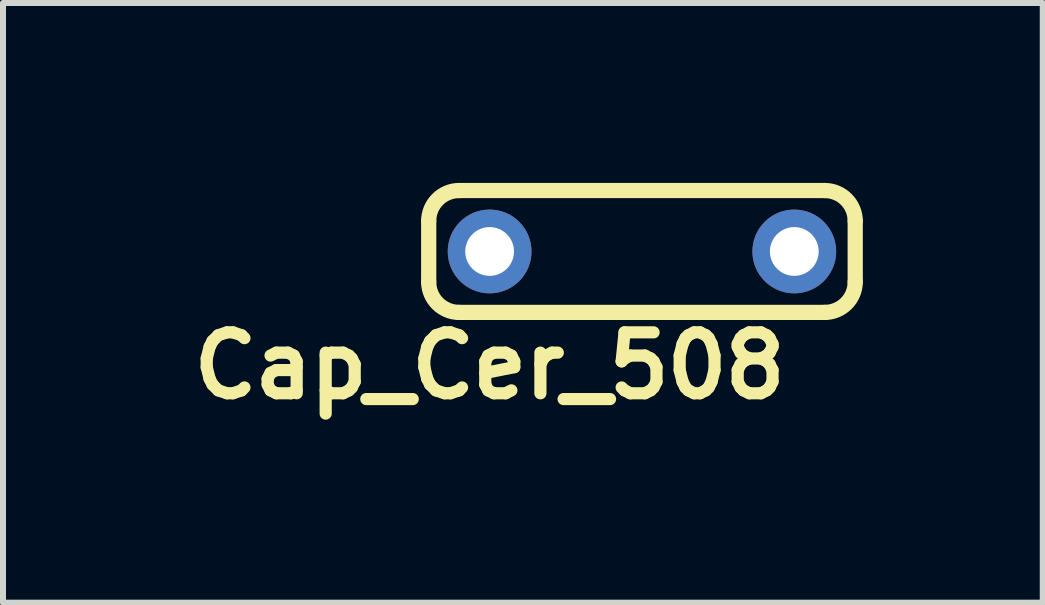
<source format=kicad_pcb>
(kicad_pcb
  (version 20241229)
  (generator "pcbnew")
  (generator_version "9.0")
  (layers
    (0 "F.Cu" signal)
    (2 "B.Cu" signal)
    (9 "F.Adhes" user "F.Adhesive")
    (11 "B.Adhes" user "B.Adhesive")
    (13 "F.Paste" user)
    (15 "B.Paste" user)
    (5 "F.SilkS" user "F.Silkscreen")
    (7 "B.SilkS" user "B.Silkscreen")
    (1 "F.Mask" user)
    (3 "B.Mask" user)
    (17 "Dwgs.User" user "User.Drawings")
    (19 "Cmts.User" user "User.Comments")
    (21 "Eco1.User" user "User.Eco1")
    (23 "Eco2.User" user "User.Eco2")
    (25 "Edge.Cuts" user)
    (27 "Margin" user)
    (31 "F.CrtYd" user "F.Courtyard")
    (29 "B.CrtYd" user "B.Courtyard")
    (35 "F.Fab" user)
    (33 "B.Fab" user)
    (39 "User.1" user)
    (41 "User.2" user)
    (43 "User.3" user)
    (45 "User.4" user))
  (footprint "Cap_Cer_508"
    (layer "F.Cu")
    (at 5.114 1.143)
    (property "Reference" "Cap_Cer_508" (at 0 1.905 0) (layer "F.SilkS") (effects (font (size 1.016 1.016) (thickness 0.203))))
    (attr through_hole)
    (fp_line (start -1.016 0.508) (end -1.016 -0.508) (stroke (width 0.254) (type solid)) (layer "F.SilkS"))
    (fp_line (start -0.508 -1.016) (end 5.588 -1.016) (stroke (width 0.254) (type solid)) (layer "F.SilkS"))
    (fp_line (start -0.508 1.016) (end 5.588 1.016) (stroke (width 0.254) (type solid)) (layer "F.SilkS"))
    (fp_line (start 6.096 0.508) (end 6.096 -0.508) (stroke (width 0.254) (type solid)) (layer "F.SilkS"))
    (fp_arc (start -1.016 -0.508) (mid -0.86721 -0.86721) (end -0.508 -1.016) (stroke (width 0.254) (type solid)) (layer "F.SilkS"))
    (fp_arc (start -0.508 1.016) (mid -0.86721 0.86721) (end -1.016 0.508) (stroke (width 0.254) (type solid)) (layer "F.SilkS"))
    (fp_arc (start 5.588 -1.016) (mid 5.94721 -0.86721) (end 6.096 -0.508) (stroke (width 0.254) (type solid)) (layer "F.SilkS"))
    (fp_arc (start 6.096 0.508) (mid 5.94721 0.86721) (end 5.588 1.016) (stroke (width 0.254) (type solid)) (layer "F.SilkS"))
    (pad "1" thru_hole circle (at 0 0) (size 1.397 1.397) (drill 0.813) (layers "*.Cu" "*.Mask"))
    (pad "2" thru_hole circle (at 5.08 0) (size 1.397 1.397) (drill 0.813) (layers "*.Cu" "*.Mask")))
  (gr_rect
    (start -3 -3)
    (end 14.337 6.999)
    (stroke (width 0.1) (type default))
    (fill no)
    (layer "Edge.Cuts")))
</source>
